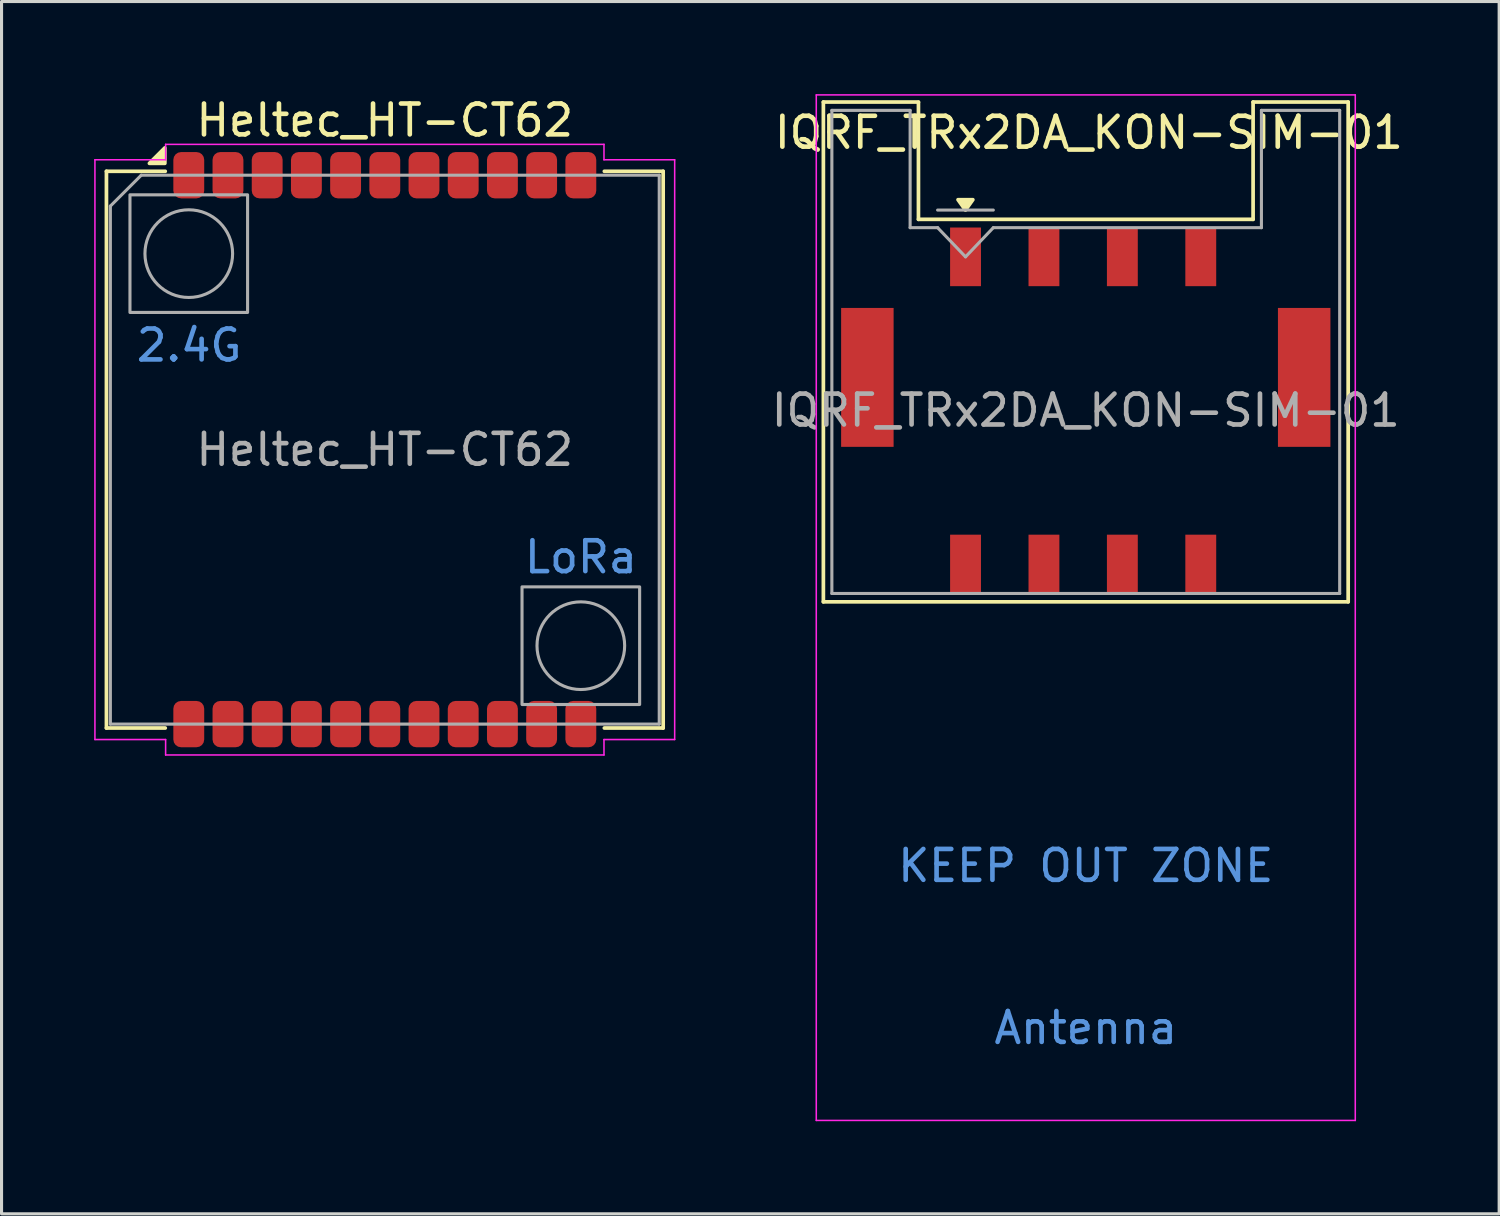
<source format=kicad_pcb>
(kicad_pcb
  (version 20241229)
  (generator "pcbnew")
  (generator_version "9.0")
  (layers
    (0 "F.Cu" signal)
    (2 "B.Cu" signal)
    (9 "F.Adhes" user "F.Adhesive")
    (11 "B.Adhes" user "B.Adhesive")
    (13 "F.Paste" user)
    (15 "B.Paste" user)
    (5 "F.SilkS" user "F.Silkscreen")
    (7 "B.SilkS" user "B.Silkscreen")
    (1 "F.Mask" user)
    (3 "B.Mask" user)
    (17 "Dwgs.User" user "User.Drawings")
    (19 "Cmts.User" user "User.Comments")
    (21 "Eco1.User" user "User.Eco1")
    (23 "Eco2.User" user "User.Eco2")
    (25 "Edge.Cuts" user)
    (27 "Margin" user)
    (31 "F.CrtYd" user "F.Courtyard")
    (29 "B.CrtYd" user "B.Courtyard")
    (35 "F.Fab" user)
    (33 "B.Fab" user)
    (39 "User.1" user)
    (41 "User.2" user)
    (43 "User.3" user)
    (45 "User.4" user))
  (footprint "IQRF_TRx2DA_KON-SIM-01"
    (layer "F.Cu")
    (at 32.122 10.245)
    (property "Reference" "IQRF_TRx2DA_KON-SIM-01" (at 0.1 -9 0) (layer "F.SilkS") (effects (font (size 1 1) (thickness 0.15))))
    (attr smd)
    (fp_line (start -8.5 -9.99) (end -5.42 -9.99) (stroke (width 0.12) (type solid)) (layer "F.SilkS"))
    (fp_line (start -8.5 6.2) (end -8.5 -9.99) (stroke (width 0.12) (type solid)) (layer "F.SilkS"))
    (fp_line (start -8.5 6.2) (end 8.5 6.2) (stroke (width 0.12) (type solid)) (layer "F.SilkS"))
    (fp_line (start -5.42 -9.98) (end -5.42 -6.19) (stroke (width 0.12) (type solid)) (layer "F.SilkS"))
    (fp_line (start -5.42 -6.19) (end 5.42 -6.19) (stroke (width 0.12) (type solid)) (layer "F.SilkS"))
    (fp_line (start 5.42 -9.99) (end 8.5 -9.99) (stroke (width 0.12) (type solid)) (layer "F.SilkS"))
    (fp_line (start 5.42 -6.19) (end 5.42 -9.99) (stroke (width 0.12) (type solid)) (layer "F.SilkS"))
    (fp_line (start 8.5 6.2) (end 8.5 -9.99) (stroke (width 0.12) (type solid)) (layer "F.SilkS"))
    (fp_poly (pts (xy -3.897 -6.49) (xy -4.138 -6.826) (xy -3.658 -6.826) (xy -3.897 -6.49)) (stroke (width 0.12) (type solid)) (fill yes) (layer "F.SilkS"))
    (fp_line (start -8.73 -10.22) (end 8.73 -10.22) (stroke (width 0.05) (type solid)) (layer "F.CrtYd"))
    (fp_line (start -8.73 23) (end -8.73 -10.22) (stroke (width 0.05) (type solid)) (layer "F.CrtYd"))
    (fp_line (start -8.73 23) (end 8.73 23) (stroke (width 0.05) (type solid)) (layer "F.CrtYd"))
    (fp_line (start 8.73 23) (end 8.73 -10.22) (stroke (width 0.05) (type solid)) (layer "F.CrtYd"))
    (fp_line (start -8.225 -9.72) (end -8.225 5.93) (stroke (width 0.1) (type solid)) (layer "F.Fab"))
    (fp_line (start -8.225 -9.72) (end -5.69 -9.72) (stroke (width 0.1) (type solid)) (layer "F.Fab"))
    (fp_line (start -8.225 5.93) (end 8.225 5.93) (stroke (width 0.1) (type solid)) (layer "F.Fab"))
    (fp_line (start -5.69 -9.72) (end -5.69 -5.92) (stroke (width 0.1) (type solid)) (layer "F.Fab"))
    (fp_line (start -5.69 -5.92) (end -4.795 -5.92) (stroke (width 0.1) (type solid)) (layer "F.Fab"))
    (fp_line (start -4.8 -6.49) (end -2.995 -6.49) (stroke (width 0.1) (type solid)) (layer "F.Fab"))
    (fp_line (start -4.8 -5.92) (end -3.895 -4.975) (stroke (width 0.1) (type solid)) (layer "F.Fab"))
    (fp_line (start -3.895 -4.975) (end -2.995 -5.92) (stroke (width 0.1) (type solid)) (layer "F.Fab"))
    (fp_line (start -2.995 -5.92) (end 5.69 -5.92) (stroke (width 0.1) (type solid)) (layer "F.Fab"))
    (fp_line (start 5.69 -9.72) (end 5.69 -5.92) (stroke (width 0.1) (type solid)) (layer "F.Fab"))
    (fp_line (start 5.69 -9.72) (end 8.225 -9.72) (stroke (width 0.1) (type solid)) (layer "F.Fab"))
    (fp_line (start 8.225 5.93) (end 8.225 -9.72) (stroke (width 0.1) (type solid)) (layer "F.Fab"))
    (fp_text user "KEEP OUT ZONE" (at 0 14.75 0) (layer "Cmts.User") (effects (font (size 1 1) (thickness 0.15))))
    (fp_text user "Antenna" (at 0 20 0) (layer "Cmts.User") (effects (font (size 1 1) (thickness 0.15))))
    (fp_text user "${REFERENCE}" (at 0 0 0) (layer "F.Fab") (effects (font (size 1 1) (thickness 0.15))))
    (pad "" smd rect (at -7.075 -1.07) (size 1.7 4.5) (layers "F.Cu" "F.Mask" "F.Paste"))
    (pad "" smd rect (at 7.075 -1.07) (size 1.7 4.5) (layers "F.Cu" "F.Mask" "F.Paste"))
    (pad "C1" smd rect (at -3.895 -4.975) (size 1 1.9) (layers "F.Cu" "F.Mask" "F.Paste"))
    (pad "C2" smd rect (at -1.355 -4.975) (size 1 1.9) (layers "F.Cu" "F.Mask" "F.Paste"))
    (pad "C3" smd rect (at 1.185 -4.975) (size 1 1.9) (layers "F.Cu" "F.Mask" "F.Paste"))
    (pad "C4" smd rect (at 3.725 -4.975) (size 1 1.9) (layers "F.Cu" "F.Mask" "F.Paste"))
    (pad "C5" smd rect (at -3.895 4.975) (size 1 1.9) (layers "F.Cu" "F.Mask" "F.Paste"))
    (pad "C6" smd rect (at -1.355 4.975) (size 1 1.9) (layers "F.Cu" "F.Mask" "F.Paste"))
    (pad "C7" smd rect (at 1.185 4.975) (size 1 1.9) (layers "F.Cu" "F.Mask" "F.Paste"))
    (pad "C8" smd rect (at 3.725 4.975) (size 1 1.9) (layers "F.Cu" "F.Mask" "F.Paste"))
    (zone (net_name "") (layer "F.Cu") (hatch full 0.508) (connect_pads) (min_thickness 0.254) (filled_areas_thickness no) (keepout (tracks not_allowed) (vias not_allowed) (pads not_allowed) (copperpour not_allowed) (footprints not_allowed)) (placement (enabled no)) (fill) (polygon (pts (xy 23.622 21.995) (xy 40.622 21.995) (xy 40.622 32.995) (xy 23.622 32.995)))))
  (footprint "Heltec_HT-CT62"
    (layer "F.Cu")
    (at 9.415 11.516)
    (property "Reference" "Heltec_HT-CT62" (at 0 -10.668 0) (layer "F.SilkS") (effects (font (size 1 1) (thickness 0.15))))
    (attr smd)
    (fp_line (start -9.017 -9.017) (end -9.017 9.017) (stroke (width 0.12) (type default)) (layer "F.SilkS"))
    (fp_line (start -9.017 9.017) (end -7.112 9.017) (stroke (width 0.12) (type default)) (layer "F.SilkS"))
    (fp_line (start -7.112 -9.017) (end -9.017 -9.017) (stroke (width 0.12) (type default)) (layer "F.SilkS"))
    (fp_line (start 7.112 -9.017) (end 9.017 -9.017) (stroke (width 0.12) (type default)) (layer "F.SilkS"))
    (fp_line (start 9.017 -9.017) (end 9.017 9.017) (stroke (width 0.12) (type default)) (layer "F.SilkS"))
    (fp_line (start 9.017 9.017) (end 7.112 9.017) (stroke (width 0.12) (type default)) (layer "F.SilkS"))
    (fp_poly (pts (xy -7.125 -9.275) (xy -7.625 -9.275) (xy -7.125 -9.775) (xy -7.125 -9.275)) (stroke (width 0.12) (type solid)) (fill yes) (layer "F.SilkS"))
    (fp_line (start -9.39 -9.39) (end -7.1 -9.39) (stroke (width 0.05) (type default)) (layer "F.CrtYd"))
    (fp_line (start -9.39 9.39) (end -9.39 -9.39) (stroke (width 0.05) (type default)) (layer "F.CrtYd"))
    (fp_line (start -7.1 -9.89) (end 7.1 -9.89) (stroke (width 0.05) (type default)) (layer "F.CrtYd"))
    (fp_line (start -7.1 -9.39) (end -7.1 -9.89) (stroke (width 0.05) (type default)) (layer "F.CrtYd"))
    (fp_line (start -7.1 9.39) (end -9.39 9.39) (stroke (width 0.05) (type default)) (layer "F.CrtYd"))
    (fp_line (start -7.1 9.89) (end -7.1 9.39) (stroke (width 0.05) (type default)) (layer "F.CrtYd"))
    (fp_line (start 7.1 -9.89) (end 7.1 -9.39) (stroke (width 0.05) (type default)) (layer "F.CrtYd"))
    (fp_line (start 7.1 -9.39) (end 9.39 -9.39) (stroke (width 0.05) (type default)) (layer "F.CrtYd"))
    (fp_line (start 7.1 9.39) (end 7.1 9.89) (stroke (width 0.05) (type default)) (layer "F.CrtYd"))
    (fp_line (start 7.1 9.89) (end -7.1 9.89) (stroke (width 0.05) (type default)) (layer "F.CrtYd"))
    (fp_line (start 9.39 -9.39) (end 9.39 9.39) (stroke (width 0.05) (type default)) (layer "F.CrtYd"))
    (fp_line (start 9.39 9.39) (end 7.1 9.39) (stroke (width 0.05) (type default)) (layer "F.CrtYd"))
    (fp_line (start -8.89 -7.89) (end -8.89 8.89) (stroke (width 0.1) (type default)) (layer "F.Fab"))
    (fp_line (start -7.89 -8.89) (end -8.89 -7.89) (stroke (width 0.1) (type default)) (layer "F.Fab"))
    (fp_line (start -7.89 -8.89) (end 8.89 -8.89) (stroke (width 0.1) (type default)) (layer "F.Fab"))
    (fp_line (start 8.89 -8.89) (end 8.89 8.89) (stroke (width 0.1) (type default)) (layer "F.Fab"))
    (fp_line (start 8.89 8.89) (end -8.89 8.89) (stroke (width 0.1) (type default)) (layer "F.Fab"))
    (fp_rect (start -8.255 -8.255) (end -4.445 -4.445) (stroke (width 0.1) (type default)) (fill no) (layer "F.Fab"))
    (fp_rect (start 8.255 4.445) (end 4.445 8.255) (stroke (width 0.1) (type default)) (fill no) (layer "F.Fab"))
    (fp_circle (center -6.35 -6.35) (end -6.985 -5.08) (stroke (width 0.1) (type default)) (fill no) (layer "F.Fab"))
    (fp_circle (center 6.35 6.35) (end 5.715 7.62) (stroke (width 0.1) (type default)) (fill no) (layer "F.Fab"))
    (fp_text user "2.4G" (at -8.128 -2.794 0) (unlocked yes) (layer "Cmts.User") (effects (font (size 1 1) (thickness 0.15)) (justify left bottom)))
    (fp_text user "LoRa" (at 4.445 4.064 0) (unlocked yes) (layer "Cmts.User") (effects (font (size 1 1) (thickness 0.15)) (justify left bottom)))
    (fp_text user "${REFERENCE}" (at 0 0 0) (layer "F.Fab") (effects (font (size 1 1) (thickness 0.15))))
    (pad "1" smd roundrect (at -6.35 -8.89) (size 1 1.5) (layers "F.Cu" "F.Mask" "F.Paste") (roundrect_rratio 0.25))
    (pad "2" smd roundrect (at -5.08 -8.89) (size 1 1.5) (layers "F.Cu" "F.Mask" "F.Paste") (roundrect_rratio 0.25))
    (pad "3" smd roundrect (at -3.81 -8.89) (size 1 1.5) (layers "F.Cu" "F.Mask" "F.Paste") (roundrect_rratio 0.25))
    (pad "4" smd roundrect (at -2.54 -8.89) (size 1 1.5) (layers "F.Cu" "F.Mask" "F.Paste") (roundrect_rratio 0.25))
    (pad "5" smd roundrect (at -1.27 -8.89) (size 1 1.5) (layers "F.Cu" "F.Mask" "F.Paste") (roundrect_rratio 0.25))
    (pad "6" smd roundrect (at 0 -8.89) (size 1 1.5) (layers "F.Cu" "F.Mask" "F.Paste") (roundrect_rratio 0.25))
    (pad "7" smd roundrect (at 1.27 -8.89) (size 1 1.5) (layers "F.Cu" "F.Mask" "F.Paste") (roundrect_rratio 0.25))
    (pad "8" smd roundrect (at 2.54 -8.89) (size 1 1.5) (layers "F.Cu" "F.Mask" "F.Paste") (roundrect_rratio 0.25))
    (pad "9" smd roundrect (at 3.81 -8.89) (size 1 1.5) (layers "F.Cu" "F.Mask" "F.Paste") (roundrect_rratio 0.25))
    (pad "10" smd roundrect (at 5.08 -8.89) (size 1 1.5) (layers "F.Cu" "F.Mask" "F.Paste") (roundrect_rratio 0.25))
    (pad "11" smd roundrect (at 6.35 -8.89) (size 1 1.5) (layers "F.Cu" "F.Mask" "F.Paste") (roundrect_rratio 0.25))
    (pad "12" smd roundrect (at -6.35 8.89) (size 1 1.5) (layers "F.Cu" "F.Mask" "F.Paste") (roundrect_rratio 0.25))
    (pad "13" smd roundrect (at -5.08 8.89) (size 1 1.5) (layers "F.Cu" "F.Mask" "F.Paste") (roundrect_rratio 0.25))
    (pad "14" smd roundrect (at -3.81 8.89) (size 1 1.5) (layers "F.Cu" "F.Mask" "F.Paste") (roundrect_rratio 0.25))
    (pad "15" smd roundrect (at -2.54 8.89) (size 1 1.5) (layers "F.Cu" "F.Mask" "F.Paste") (roundrect_rratio 0.25))
    (pad "16" smd roundrect (at -1.27 8.89) (size 1 1.5) (layers "F.Cu" "F.Mask" "F.Paste") (roundrect_rratio 0.25))
    (pad "17" smd roundrect (at 0 8.89) (size 1 1.5) (layers "F.Cu" "F.Mask" "F.Paste") (roundrect_rratio 0.25))
    (pad "18" smd roundrect (at 1.27 8.89) (size 1 1.5) (layers "F.Cu" "F.Mask" "F.Paste") (roundrect_rratio 0.25))
    (pad "19" smd roundrect (at 2.54 8.89) (size 1 1.5) (layers "F.Cu" "F.Mask" "F.Paste") (roundrect_rratio 0.25))
    (pad "20" smd roundrect (at 3.81 8.89) (size 1 1.5) (layers "F.Cu" "F.Mask" "F.Paste") (roundrect_rratio 0.25))
    (pad "21" smd roundrect (at 5.08 8.89) (size 1 1.5) (layers "F.Cu" "F.Mask" "F.Paste") (roundrect_rratio 0.25))
    (pad "22" smd roundrect (at 6.35 8.89) (size 1 1.5) (layers "F.Cu" "F.Mask" "F.Paste") (roundrect_rratio 0.25)))
  (gr_rect
    (start -3 -3)
    (end 45.513 36.27)
    (stroke (width 0.1) (type default))
    (fill no)
    (layer "Edge.Cuts")))
</source>
